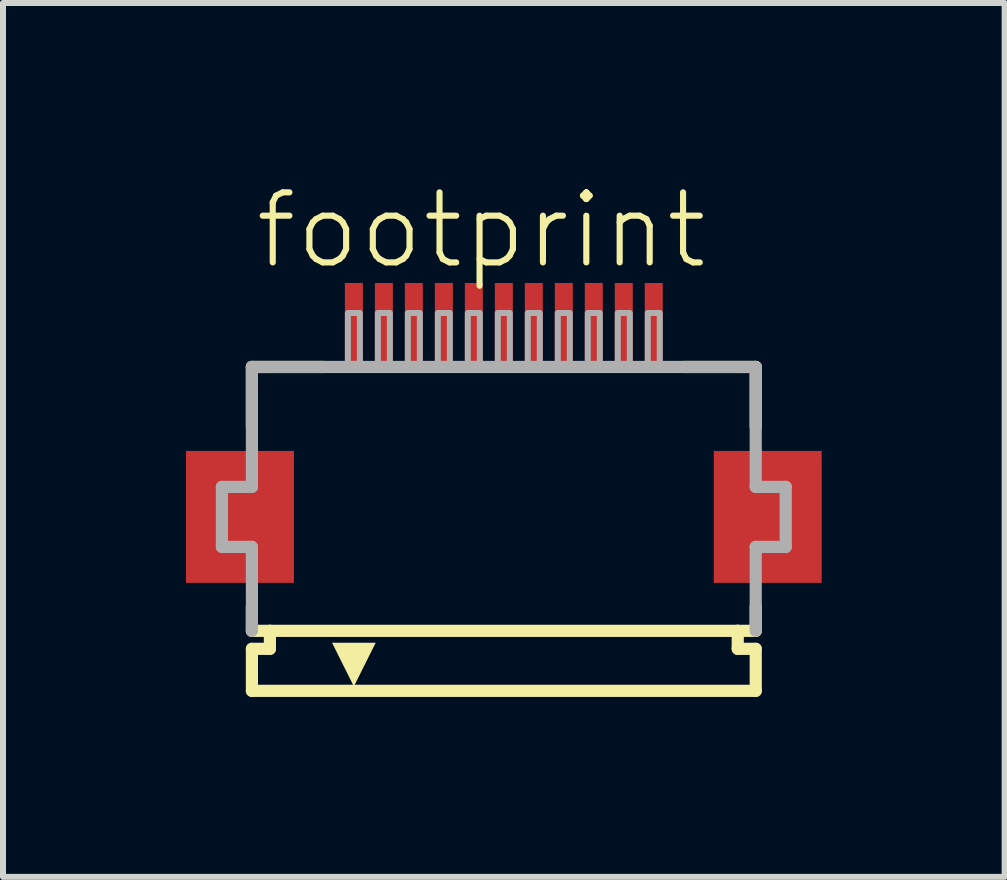
<source format=kicad_pcb>
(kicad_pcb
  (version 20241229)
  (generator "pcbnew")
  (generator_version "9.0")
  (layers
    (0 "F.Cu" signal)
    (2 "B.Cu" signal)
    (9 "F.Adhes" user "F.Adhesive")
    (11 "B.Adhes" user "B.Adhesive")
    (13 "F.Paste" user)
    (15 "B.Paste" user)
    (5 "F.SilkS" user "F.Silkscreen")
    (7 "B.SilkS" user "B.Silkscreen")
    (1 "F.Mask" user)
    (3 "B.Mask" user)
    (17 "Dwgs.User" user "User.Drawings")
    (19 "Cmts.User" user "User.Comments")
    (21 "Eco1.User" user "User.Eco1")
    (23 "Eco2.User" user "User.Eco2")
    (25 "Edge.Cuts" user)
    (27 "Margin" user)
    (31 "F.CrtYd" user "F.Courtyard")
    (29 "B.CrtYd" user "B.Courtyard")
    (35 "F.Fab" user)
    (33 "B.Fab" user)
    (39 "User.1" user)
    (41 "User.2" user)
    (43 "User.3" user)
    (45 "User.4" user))
  (footprint "footprint"
    (layer "F.Cu")
    (at 5.35 5.568)
    (property "Reference" "footprint" (at -4.198 -4.095 0) (layer "F.SilkS") (effects (font (size 1.168 1.168) (thickness 0.102)) (justify left bottom)))
    (fp_poly (pts (xy -3.5 -1.1) (xy -5.3 -1.1) (xy -5.3 1.1) (xy -3.5 1.1)) (stroke (width 0) (type solid)) (fill yes) (layer "F.Cu"))
    (fp_poly (pts (xy 5.3 -1.1) (xy 3.5 -1.1) (xy 3.5 1.1) (xy 5.3 1.1)) (stroke (width 0) (type solid)) (fill yes) (layer "F.Cu"))
    (fp_poly (pts (xy -3.45 -1.175) (xy -5.35 -1.175) (xy -5.35 1.175) (xy -3.45 1.175)) (stroke (width 0) (type solid)) (fill yes) (layer "F.Mask"))
    (fp_poly (pts (xy -2.7 -2.55) (xy -2.3 -2.55) (xy -2.3 -3.95) (xy -2.7 -3.95)) (stroke (width 0) (type solid)) (fill yes) (layer "F.Mask"))
    (fp_poly (pts (xy -2.2 -2.55) (xy -1.8 -2.55) (xy -1.8 -3.95) (xy -2.2 -3.95)) (stroke (width 0) (type solid)) (fill yes) (layer "F.Mask"))
    (fp_poly (pts (xy -1.7 -2.55) (xy -1.3 -2.55) (xy -1.3 -3.95) (xy -1.7 -3.95)) (stroke (width 0) (type solid)) (fill yes) (layer "F.Mask"))
    (fp_poly (pts (xy -1.2 -2.55) (xy -0.8 -2.55) (xy -0.8 -3.95) (xy -1.2 -3.95)) (stroke (width 0) (type solid)) (fill yes) (layer "F.Mask"))
    (fp_poly (pts (xy -0.7 -2.55) (xy -0.3 -2.55) (xy -0.3 -3.95) (xy -0.7 -3.95)) (stroke (width 0) (type solid)) (fill yes) (layer "F.Mask"))
    (fp_poly (pts (xy -0.2 -2.55) (xy 0.2 -2.55) (xy 0.2 -3.95) (xy -0.2 -3.95)) (stroke (width 0) (type solid)) (fill yes) (layer "F.Mask"))
    (fp_poly (pts (xy 0.3 -2.55) (xy 0.7 -2.55) (xy 0.7 -3.95) (xy 0.3 -3.95)) (stroke (width 0) (type solid)) (fill yes) (layer "F.Mask"))
    (fp_poly (pts (xy 0.8 -2.55) (xy 1.2 -2.55) (xy 1.2 -3.95) (xy 0.8 -3.95)) (stroke (width 0) (type solid)) (fill yes) (layer "F.Mask"))
    (fp_poly (pts (xy 1.3 -2.55) (xy 1.7 -2.55) (xy 1.7 -3.95) (xy 1.3 -3.95)) (stroke (width 0) (type solid)) (fill yes) (layer "F.Mask"))
    (fp_poly (pts (xy 1.8 -2.55) (xy 2.2 -2.55) (xy 2.2 -3.95) (xy 1.8 -3.95)) (stroke (width 0) (type solid)) (fill yes) (layer "F.Mask"))
    (fp_poly (pts (xy 2.3 -2.55) (xy 2.7 -2.55) (xy 2.7 -3.95) (xy 2.3 -3.95)) (stroke (width 0) (type solid)) (fill yes) (layer "F.Mask"))
    (fp_poly (pts (xy 5.35 -1.175) (xy 3.45 -1.175) (xy 3.45 1.175) (xy 5.35 1.175)) (stroke (width 0) (type solid)) (fill yes) (layer "F.Mask"))
    (fp_line (start -4.2 -2.5) (end -4.2 -1.5) (stroke (width 0.203) (type solid)) (layer "F.SilkS"))
    (fp_line (start -4.2 1.5) (end -4.2 1.9) (stroke (width 0.203) (type solid)) (layer "F.SilkS"))
    (fp_line (start -4.2 1.9) (end -3.9 1.9) (stroke (width 0.203) (type solid)) (layer "F.SilkS"))
    (fp_line (start -4.2 2.2) (end -4.2 2.9) (stroke (width 0.203) (type solid)) (layer "F.SilkS"))
    (fp_line (start -3.9 1.9) (end -3.9 2.2) (stroke (width 0.203) (type solid)) (layer "F.SilkS"))
    (fp_line (start -3.9 2.2) (end -4.2 2.2) (stroke (width 0.203) (type solid)) (layer "F.SilkS"))
    (fp_line (start -3 -2.5) (end -4.2 -2.5) (stroke (width 0.203) (type solid)) (layer "F.SilkS"))
    (fp_line (start 3.9 1.9) (end -3.9 1.9) (stroke (width 0.203) (type solid)) (layer "F.SilkS"))
    (fp_line (start 3.9 1.9) (end 4.2 1.9) (stroke (width 0.203) (type solid)) (layer "F.SilkS"))
    (fp_line (start 3.9 2.2) (end 3.9 1.9) (stroke (width 0.203) (type solid)) (layer "F.SilkS"))
    (fp_line (start 4.2 -2.5) (end 3 -2.5) (stroke (width 0.203) (type solid)) (layer "F.SilkS"))
    (fp_line (start 4.2 -1.5) (end 4.2 -2.5) (stroke (width 0.203) (type solid)) (layer "F.SilkS"))
    (fp_line (start 4.2 1.9) (end 4.2 1.5) (stroke (width 0.203) (type solid)) (layer "F.SilkS"))
    (fp_line (start 4.2 2.2) (end 3.9 2.2) (stroke (width 0.203) (type solid)) (layer "F.SilkS"))
    (fp_line (start 4.2 2.9) (end -4.2 2.9) (stroke (width 0.203) (type solid)) (layer "F.SilkS"))
    (fp_line (start 4.2 2.9) (end 4.2 2.2) (stroke (width 0.203) (type solid)) (layer "F.SilkS"))
    (fp_poly (pts (xy -2.5 2.827) (xy -2.864 2.098) (xy -2.136 2.098)) (stroke (width 0) (type solid)) (fill yes) (layer "F.SilkS"))
    (fp_poly (pts (xy -3.575 -1.025) (xy -5.225 -1.025) (xy -5.225 1.025) (xy -3.575 1.025)) (stroke (width 0) (type solid)) (fill yes) (layer "F.Paste"))
    (fp_poly (pts (xy -2.625 -2.625) (xy -2.375 -2.625) (xy -2.375 -3.875) (xy -2.625 -3.875)) (stroke (width 0) (type solid)) (fill yes) (layer "F.Paste"))
    (fp_poly (pts (xy -2.125 -2.625) (xy -1.875 -2.625) (xy -1.875 -3.875) (xy -2.125 -3.875)) (stroke (width 0) (type solid)) (fill yes) (layer "F.Paste"))
    (fp_poly (pts (xy -1.625 -2.625) (xy -1.375 -2.625) (xy -1.375 -3.875) (xy -1.625 -3.875)) (stroke (width 0) (type solid)) (fill yes) (layer "F.Paste"))
    (fp_poly (pts (xy -1.125 -2.625) (xy -0.875 -2.625) (xy -0.875 -3.875) (xy -1.125 -3.875)) (stroke (width 0) (type solid)) (fill yes) (layer "F.Paste"))
    (fp_poly (pts (xy -0.625 -2.625) (xy -0.375 -2.625) (xy -0.375 -3.875) (xy -0.625 -3.875)) (stroke (width 0) (type solid)) (fill yes) (layer "F.Paste"))
    (fp_poly (pts (xy -0.125 -2.625) (xy 0.125 -2.625) (xy 0.125 -3.875) (xy -0.125 -3.875)) (stroke (width 0) (type solid)) (fill yes) (layer "F.Paste"))
    (fp_poly (pts (xy 0.375 -2.625) (xy 0.625 -2.625) (xy 0.625 -3.875) (xy 0.375 -3.875)) (stroke (width 0) (type solid)) (fill yes) (layer "F.Paste"))
    (fp_poly (pts (xy 0.875 -2.625) (xy 1.125 -2.625) (xy 1.125 -3.875) (xy 0.875 -3.875)) (stroke (width 0) (type solid)) (fill yes) (layer "F.Paste"))
    (fp_poly (pts (xy 1.375 -2.625) (xy 1.625 -2.625) (xy 1.625 -3.875) (xy 1.375 -3.875)) (stroke (width 0) (type solid)) (fill yes) (layer "F.Paste"))
    (fp_poly (pts (xy 1.875 -2.625) (xy 2.125 -2.625) (xy 2.125 -3.875) (xy 1.875 -3.875)) (stroke (width 0) (type solid)) (fill yes) (layer "F.Paste"))
    (fp_poly (pts (xy 2.375 -2.625) (xy 2.625 -2.625) (xy 2.625 -3.875) (xy 2.375 -3.875)) (stroke (width 0) (type solid)) (fill yes) (layer "F.Paste"))
    (fp_poly (pts (xy 5.225 -1.025) (xy 3.575 -1.025) (xy 3.575 1.025) (xy 5.225 1.025)) (stroke (width 0) (type solid)) (fill yes) (layer "F.Paste"))
    (fp_line (start -4.7 -0.5) (end -4.7 0.5) (stroke (width 0.203) (type solid)) (layer "F.Fab"))
    (fp_line (start -4.7 0.5) (end -4.2 0.5) (stroke (width 0.203) (type solid)) (layer "F.Fab"))
    (fp_line (start -4.2 -2.5) (end -4.2 -0.5) (stroke (width 0.203) (type solid)) (layer "F.Fab"))
    (fp_line (start -4.2 -0.5) (end -4.7 -0.5) (stroke (width 0.203) (type solid)) (layer "F.Fab"))
    (fp_line (start -4.2 0.5) (end -4.2 1.9) (stroke (width 0.203) (type solid)) (layer "F.Fab"))
    (fp_line (start 4.2 -2.5) (end -4.2 -2.5) (stroke (width 0.203) (type solid)) (layer "F.Fab"))
    (fp_line (start 4.2 -0.5) (end 4.2 -2.5) (stroke (width 0.203) (type solid)) (layer "F.Fab"))
    (fp_line (start 4.2 0.5) (end 4.7 0.5) (stroke (width 0.203) (type solid)) (layer "F.Fab"))
    (fp_line (start 4.2 1.9) (end 4.2 0.5) (stroke (width 0.203) (type solid)) (layer "F.Fab"))
    (fp_line (start 4.7 -0.5) (end 4.2 -0.5) (stroke (width 0.203) (type solid)) (layer "F.Fab"))
    (fp_line (start 4.7 0.5) (end 4.7 -0.5) (stroke (width 0.203) (type solid)) (layer "F.Fab"))
    (fp_poly (pts (xy -2.6 -2.55) (xy -2.4 -2.55) (xy -2.4 -3.4) (xy -2.6 -3.4)) (stroke (width 0.1) (type solid)) (fill no) (layer "F.Fab"))
    (fp_poly (pts (xy -2.1 -2.55) (xy -1.9 -2.55) (xy -1.9 -3.4) (xy -2.1 -3.4)) (stroke (width 0.1) (type solid)) (fill no) (layer "F.Fab"))
    (fp_poly (pts (xy -1.6 -2.55) (xy -1.4 -2.55) (xy -1.4 -3.4) (xy -1.6 -3.4)) (stroke (width 0.1) (type solid)) (fill no) (layer "F.Fab"))
    (fp_poly (pts (xy -1.1 -2.55) (xy -0.9 -2.55) (xy -0.9 -3.4) (xy -1.1 -3.4)) (stroke (width 0.1) (type solid)) (fill no) (layer "F.Fab"))
    (fp_poly (pts (xy -0.6 -2.55) (xy -0.4 -2.55) (xy -0.4 -3.4) (xy -0.6 -3.4)) (stroke (width 0.1) (type solid)) (fill no) (layer "F.Fab"))
    (fp_poly (pts (xy -0.1 -2.55) (xy 0.1 -2.55) (xy 0.1 -3.4) (xy -0.1 -3.4)) (stroke (width 0.1) (type solid)) (fill no) (layer "F.Fab"))
    (fp_poly (pts (xy 0.4 -2.55) (xy 0.6 -2.55) (xy 0.6 -3.4) (xy 0.4 -3.4)) (stroke (width 0.1) (type solid)) (fill no) (layer "F.Fab"))
    (fp_poly (pts (xy 0.9 -2.55) (xy 1.1 -2.55) (xy 1.1 -3.4) (xy 0.9 -3.4)) (stroke (width 0.1) (type solid)) (fill no) (layer "F.Fab"))
    (fp_poly (pts (xy 1.4 -2.55) (xy 1.6 -2.55) (xy 1.6 -3.4) (xy 1.4 -3.4)) (stroke (width 0.1) (type solid)) (fill no) (layer "F.Fab"))
    (fp_poly (pts (xy 1.9 -2.55) (xy 2.1 -2.55) (xy 2.1 -3.4) (xy 1.9 -3.4)) (stroke (width 0.1) (type solid)) (fill no) (layer "F.Fab"))
    (fp_poly (pts (xy 2.4 -2.55) (xy 2.6 -2.55) (xy 2.6 -3.4) (xy 2.4 -3.4)) (stroke (width 0.1) (type solid)) (fill no) (layer "F.Fab"))
    (pad "1" smd rect (at -2.5 -3.25) (size 0.3 1.3) (layers "F.Cu"))
    (pad "2" smd rect (at -2 -3.25) (size 0.3 1.3) (layers "F.Cu"))
    (pad "3" smd rect (at -1.5 -3.25) (size 0.3 1.3) (layers "F.Cu"))
    (pad "4" smd rect (at -1 -3.25) (size 0.3 1.3) (layers "F.Cu"))
    (pad "5" smd rect (at -0.5 -3.25) (size 0.3 1.3) (layers "F.Cu"))
    (pad "6" smd rect (at 0 -3.25) (size 0.3 1.3) (layers "F.Cu"))
    (pad "7" smd rect (at 0.5 -3.25) (size 0.3 1.3) (layers "F.Cu"))
    (pad "8" smd rect (at 1 -3.25) (size 0.3 1.3) (layers "F.Cu"))
    (pad "9" smd rect (at 1.5 -3.25) (size 0.3 1.3) (layers "F.Cu"))
    (pad "10" smd rect (at 2 -3.25) (size 0.3 1.3) (layers "F.Cu"))
    (pad "11" smd rect (at 2.5 -3.25) (size 0.3 1.3) (layers "F.Cu")))
  (gr_rect
    (start -3 -3)
    (end 13.7 11.57)
    (stroke (width 0.1) (type default))
    (fill no)
    (layer "Edge.Cuts")))
</source>
